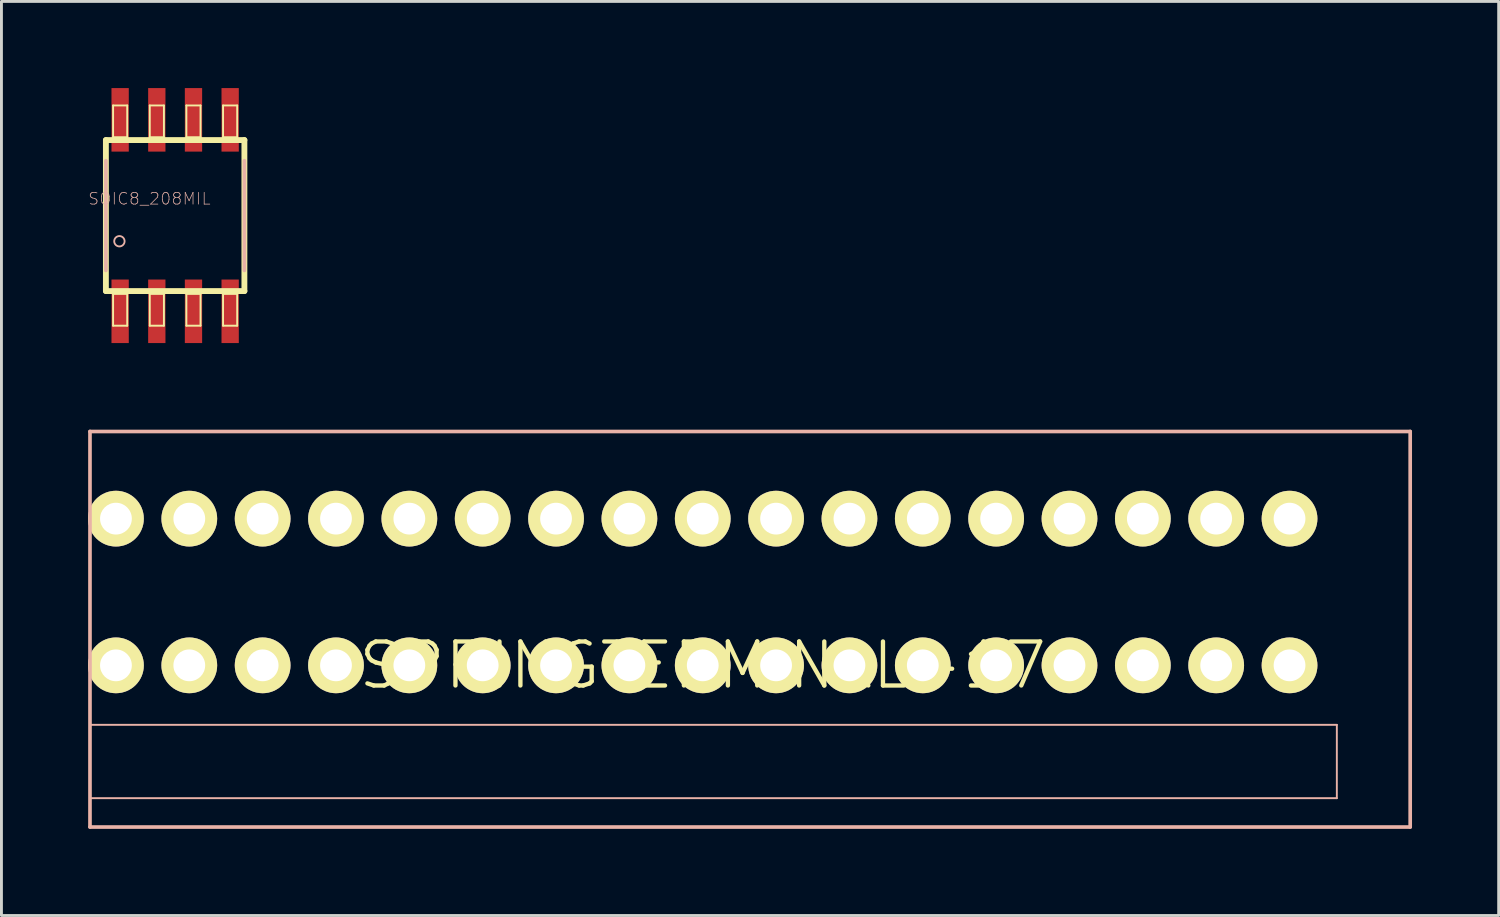
<source format=kicad_pcb>
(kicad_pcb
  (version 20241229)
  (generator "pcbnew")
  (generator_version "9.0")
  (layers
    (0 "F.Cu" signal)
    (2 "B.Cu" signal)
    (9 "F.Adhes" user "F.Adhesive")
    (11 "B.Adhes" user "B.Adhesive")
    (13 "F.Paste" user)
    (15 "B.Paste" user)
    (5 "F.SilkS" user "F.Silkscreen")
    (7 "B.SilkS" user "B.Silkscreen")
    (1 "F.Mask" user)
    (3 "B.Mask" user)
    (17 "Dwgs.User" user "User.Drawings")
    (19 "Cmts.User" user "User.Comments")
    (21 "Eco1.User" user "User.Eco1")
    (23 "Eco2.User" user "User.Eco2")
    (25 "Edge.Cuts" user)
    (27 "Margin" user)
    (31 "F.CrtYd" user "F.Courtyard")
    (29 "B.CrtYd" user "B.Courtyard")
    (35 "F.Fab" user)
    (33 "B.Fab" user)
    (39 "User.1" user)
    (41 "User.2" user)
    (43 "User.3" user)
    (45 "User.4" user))
  (footprint "SOIC8_208MIL"
    (layer "F.Cu")
    (at 3.015 4.415)
    (property "Reference" "SOIC8_208MIL" (at -0.889 -0.584 0) (layer "B.SilkS") (effects (font (size 0.406 0.406) (thickness 0.025))))
    (attr smd)
    (fp_line (start -2.398 -2.614) (end 2.398 -2.614) (stroke (width 0.203) (type solid)) (layer "F.SilkS"))
    (fp_line (start -2.398 2.614) (end -2.398 -2.614) (stroke (width 0.203) (type solid)) (layer "F.SilkS"))
    (fp_line (start -2.149 -3.813) (end -1.659 -3.813) (stroke (width 0.066) (type solid)) (layer "F.SilkS"))
    (fp_line (start -2.149 -2.713) (end -2.149 -3.813) (stroke (width 0.066) (type solid)) (layer "F.SilkS"))
    (fp_line (start -2.149 -2.713) (end -1.659 -2.713) (stroke (width 0.066) (type solid)) (layer "F.SilkS"))
    (fp_line (start -2.149 2.713) (end -1.659 2.713) (stroke (width 0.066) (type solid)) (layer "F.SilkS"))
    (fp_line (start -2.149 3.813) (end -2.149 2.713) (stroke (width 0.066) (type solid)) (layer "F.SilkS"))
    (fp_line (start -2.149 3.813) (end -1.659 3.813) (stroke (width 0.066) (type solid)) (layer "F.SilkS"))
    (fp_line (start -1.659 -2.713) (end -1.659 -3.813) (stroke (width 0.066) (type solid)) (layer "F.SilkS"))
    (fp_line (start -1.659 3.813) (end -1.659 2.713) (stroke (width 0.066) (type solid)) (layer "F.SilkS"))
    (fp_line (start -0.879 -3.813) (end -0.389 -3.813) (stroke (width 0.066) (type solid)) (layer "F.SilkS"))
    (fp_line (start -0.879 -2.713) (end -0.879 -3.813) (stroke (width 0.066) (type solid)) (layer "F.SilkS"))
    (fp_line (start -0.879 -2.713) (end -0.389 -2.713) (stroke (width 0.066) (type solid)) (layer "F.SilkS"))
    (fp_line (start -0.879 2.713) (end -0.389 2.713) (stroke (width 0.066) (type solid)) (layer "F.SilkS"))
    (fp_line (start -0.879 3.813) (end -0.879 2.713) (stroke (width 0.066) (type solid)) (layer "F.SilkS"))
    (fp_line (start -0.879 3.813) (end -0.389 3.813) (stroke (width 0.066) (type solid)) (layer "F.SilkS"))
    (fp_line (start -0.389 -2.713) (end -0.389 -3.813) (stroke (width 0.066) (type solid)) (layer "F.SilkS"))
    (fp_line (start -0.389 3.813) (end -0.389 2.713) (stroke (width 0.066) (type solid)) (layer "F.SilkS"))
    (fp_line (start 0.389 -3.813) (end 0.879 -3.813) (stroke (width 0.066) (type solid)) (layer "F.SilkS"))
    (fp_line (start 0.389 -2.713) (end 0.389 -3.813) (stroke (width 0.066) (type solid)) (layer "F.SilkS"))
    (fp_line (start 0.389 -2.713) (end 0.879 -2.713) (stroke (width 0.066) (type solid)) (layer "F.SilkS"))
    (fp_line (start 0.389 2.713) (end 0.879 2.713) (stroke (width 0.066) (type solid)) (layer "F.SilkS"))
    (fp_line (start 0.389 3.813) (end 0.389 2.713) (stroke (width 0.066) (type solid)) (layer "F.SilkS"))
    (fp_line (start 0.389 3.813) (end 0.879 3.813) (stroke (width 0.066) (type solid)) (layer "F.SilkS"))
    (fp_line (start 0.879 -2.713) (end 0.879 -3.813) (stroke (width 0.066) (type solid)) (layer "F.SilkS"))
    (fp_line (start 0.879 3.813) (end 0.879 2.713) (stroke (width 0.066) (type solid)) (layer "F.SilkS"))
    (fp_line (start 1.659 -3.813) (end 2.149 -3.813) (stroke (width 0.066) (type solid)) (layer "F.SilkS"))
    (fp_line (start 1.659 -2.713) (end 1.659 -3.813) (stroke (width 0.066) (type solid)) (layer "F.SilkS"))
    (fp_line (start 1.659 -2.713) (end 2.149 -2.713) (stroke (width 0.066) (type solid)) (layer "F.SilkS"))
    (fp_line (start 1.659 2.713) (end 2.149 2.713) (stroke (width 0.066) (type solid)) (layer "F.SilkS"))
    (fp_line (start 1.659 3.813) (end 1.659 2.713) (stroke (width 0.066) (type solid)) (layer "F.SilkS"))
    (fp_line (start 1.659 3.813) (end 2.149 3.813) (stroke (width 0.066) (type solid)) (layer "F.SilkS"))
    (fp_line (start 2.149 -2.713) (end 2.149 -3.813) (stroke (width 0.066) (type solid)) (layer "F.SilkS"))
    (fp_line (start 2.149 3.813) (end 2.149 2.713) (stroke (width 0.066) (type solid)) (layer "F.SilkS"))
    (fp_line (start 2.398 -2.614) (end 2.398 2.614) (stroke (width 0.203) (type solid)) (layer "F.SilkS"))
    (fp_line (start 2.398 2.614) (end -2.398 2.614) (stroke (width 0.203) (type solid)) (layer "F.SilkS"))
    (fp_line (start -2.398 1.9) (end -2.398 -1.9) (stroke (width 0.127) (type solid)) (layer "B.SilkS"))
    (fp_line (start 2.398 -1.9) (end 2.398 1.9) (stroke (width 0.127) (type solid)) (layer "B.SilkS"))
    (fp_circle (center -1.93 0.889) (end -2.057 1.016) (stroke (width 0.064) (type solid)) (fill no) (layer "B.SilkS"))
    (pad "1" smd rect (at -1.905 3.315) (size 0.599 2.2) (layers "F.Cu" "F.Mask" "F.Paste"))
    (pad "2" smd rect (at -0.635 3.315) (size 0.599 2.2) (layers "F.Cu" "F.Mask" "F.Paste"))
    (pad "3" smd rect (at 0.635 3.315) (size 0.599 2.2) (layers "F.Cu" "F.Mask" "F.Paste"))
    (pad "4" smd rect (at 1.905 3.315) (size 0.599 2.2) (layers "F.Cu" "F.Mask" "F.Paste"))
    (pad "5" smd rect (at 1.905 -3.315) (size 0.599 2.2) (layers "F.Cu" "F.Mask" "F.Paste"))
    (pad "6" smd rect (at 0.635 -3.315) (size 0.599 2.2) (layers "F.Cu" "F.Mask" "F.Paste"))
    (pad "7" smd rect (at -0.635 -3.315) (size 0.599 2.2) (layers "F.Cu" "F.Mask" "F.Paste"))
    (pad "8" smd rect (at -1.905 -3.315) (size 0.599 2.2) (layers "F.Cu" "F.Mask" "F.Paste")))
  (footprint "SPRINGTERMINAL-17"
    (layer "F.Cu")
    (at 21.285 19.99)
    (property "Reference" "SPRINGTERMINAL-17" (at 0 0 0) (layer "F.SilkS") (effects (font (size 1.524 1.524) (thickness 0.15))))
    (attr exclude_from_pos_files exclude_from_bom)
    (fp_line (start -21.219 -8.098) (end 24.498 -8.098) (stroke (width 0.127) (type solid)) (layer "B.SilkS"))
    (fp_line (start -21.219 2.06) (end 21.958 2.06) (stroke (width 0.066) (type solid)) (layer "B.SilkS"))
    (fp_line (start -21.219 4.6) (end -21.219 2.06) (stroke (width 0.066) (type solid)) (layer "B.SilkS"))
    (fp_line (start -21.219 4.6) (end 21.958 4.6) (stroke (width 0.066) (type solid)) (layer "B.SilkS"))
    (fp_line (start -21.219 5.598) (end -21.219 -8.098) (stroke (width 0.127) (type solid)) (layer "B.SilkS"))
    (fp_line (start 21.958 4.6) (end 21.958 2.06) (stroke (width 0.066) (type solid)) (layer "B.SilkS"))
    (fp_line (start 24.498 -8.098) (end 24.498 5.598) (stroke (width 0.127) (type solid)) (layer "B.SilkS"))
    (fp_line (start 24.498 5.598) (end -21.219 5.598) (stroke (width 0.127) (type solid)) (layer "B.SilkS"))
    (pad "1" thru_hole circle (at -20.32 -5.08) (size 1.93 1.93) (drill 1.1) (layers "*.Cu" "F.Mask" "F.SilkS" "F.Paste"))
    (pad "1'" thru_hole circle (at -20.32 0) (size 1.93 1.93) (drill 1.1) (layers "*.Cu" "F.Mask" "F.SilkS" "F.Paste"))
    (pad "2" thru_hole circle (at -17.78 -5.08) (size 1.93 1.93) (drill 1.1) (layers "*.Cu" "F.Mask" "F.SilkS" "F.Paste"))
    (pad "2'" thru_hole circle (at -17.78 0) (size 1.93 1.93) (drill 1.1) (layers "*.Cu" "F.Mask" "F.SilkS" "F.Paste"))
    (pad "3" thru_hole circle (at -15.24 -5.08) (size 1.93 1.93) (drill 1.1) (layers "*.Cu" "F.Mask" "F.SilkS" "F.Paste"))
    (pad "3'" thru_hole circle (at -15.24 0) (size 1.93 1.93) (drill 1.1) (layers "*.Cu" "F.Mask" "F.SilkS" "F.Paste"))
    (pad "4" thru_hole circle (at -12.7 -5.08) (size 1.93 1.93) (drill 1.1) (layers "*.Cu" "F.Mask" "F.SilkS" "F.Paste"))
    (pad "4'" thru_hole circle (at -12.7 0) (size 1.93 1.93) (drill 1.1) (layers "*.Cu" "F.Mask" "F.SilkS" "F.Paste"))
    (pad "5" thru_hole circle (at -10.16 -5.08) (size 1.93 1.93) (drill 1.1) (layers "*.Cu" "F.Mask" "F.SilkS" "F.Paste"))
    (pad "5'" thru_hole circle (at -10.16 0) (size 1.93 1.93) (drill 1.1) (layers "*.Cu" "F.Mask" "F.SilkS" "F.Paste"))
    (pad "6" thru_hole circle (at -7.62 -5.08) (size 1.93 1.93) (drill 1.1) (layers "*.Cu" "F.Mask" "F.SilkS" "F.Paste"))
    (pad "6'" thru_hole circle (at -7.62 0) (size 1.93 1.93) (drill 1.1) (layers "*.Cu" "F.Mask" "F.SilkS" "F.Paste"))
    (pad "7" thru_hole circle (at -5.08 -5.08) (size 1.93 1.93) (drill 1.1) (layers "*.Cu" "F.Mask" "F.SilkS" "F.Paste"))
    (pad "7'" thru_hole circle (at -5.08 0) (size 1.93 1.93) (drill 1.1) (layers "*.Cu" "F.Mask" "F.SilkS" "F.Paste"))
    (pad "8" thru_hole circle (at -2.54 -5.08) (size 1.93 1.93) (drill 1.1) (layers "*.Cu" "F.Mask" "F.SilkS" "F.Paste"))
    (pad "8'" thru_hole circle (at -2.54 0) (size 1.93 1.93) (drill 1.1) (layers "*.Cu" "F.Mask" "F.SilkS" "F.Paste"))
    (pad "9" thru_hole circle (at 0 -5.08) (size 1.93 1.93) (drill 1.1) (layers "*.Cu" "F.Mask" "F.SilkS" "F.Paste"))
    (pad "9'" thru_hole circle (at 0 0) (size 1.93 1.93) (drill 1.1) (layers "*.Cu" "F.Mask" "F.SilkS" "F.Paste"))
    (pad "10" thru_hole circle (at 2.54 -5.08) (size 1.93 1.93) (drill 1.1) (layers "*.Cu" "F.Mask" "F.SilkS" "F.Paste"))
    (pad "10'" thru_hole circle (at 2.54 0) (size 1.93 1.93) (drill 1.1) (layers "*.Cu" "F.Mask" "F.SilkS" "F.Paste"))
    (pad "11" thru_hole circle (at 5.08 -5.08) (size 1.93 1.93) (drill 1.1) (layers "*.Cu" "F.Mask" "F.SilkS" "F.Paste"))
    (pad "11'" thru_hole circle (at 5.08 0) (size 1.93 1.93) (drill 1.1) (layers "*.Cu" "F.Mask" "F.SilkS" "F.Paste"))
    (pad "12" thru_hole circle (at 7.62 -5.08) (size 1.93 1.93) (drill 1.1) (layers "*.Cu" "F.Mask" "F.SilkS" "F.Paste"))
    (pad "12'" thru_hole circle (at 7.62 0) (size 1.93 1.93) (drill 1.1) (layers "*.Cu" "F.Mask" "F.SilkS" "F.Paste"))
    (pad "13" thru_hole circle (at 10.16 -5.08) (size 1.93 1.93) (drill 1.1) (layers "*.Cu" "F.Mask" "F.SilkS" "F.Paste"))
    (pad "13'" thru_hole circle (at 10.16 0) (size 1.93 1.93) (drill 1.1) (layers "*.Cu" "F.Mask" "F.SilkS" "F.Paste"))
    (pad "14" thru_hole circle (at 12.7 -5.08) (size 1.93 1.93) (drill 1.1) (layers "*.Cu" "F.Mask" "F.SilkS" "F.Paste"))
    (pad "14'" thru_hole circle (at 12.7 0) (size 1.93 1.93) (drill 1.1) (layers "*.Cu" "F.Mask" "F.SilkS" "F.Paste"))
    (pad "15" thru_hole circle (at 15.24 -5.08) (size 1.93 1.93) (drill 1.1) (layers "*.Cu" "F.Mask" "F.SilkS" "F.Paste"))
    (pad "15'" thru_hole circle (at 15.24 0) (size 1.93 1.93) (drill 1.1) (layers "*.Cu" "F.Mask" "F.SilkS" "F.Paste"))
    (pad "16" thru_hole circle (at 17.78 -5.08) (size 1.93 1.93) (drill 1.1) (layers "*.Cu" "F.Mask" "F.SilkS" "F.Paste"))
    (pad "16'" thru_hole circle (at 17.78 0) (size 1.93 1.93) (drill 1.1) (layers "*.Cu" "F.Mask" "F.SilkS" "F.Paste"))
    (pad "17" thru_hole circle (at 20.32 -5.08) (size 1.93 1.93) (drill 1.1) (layers "*.Cu" "F.Mask" "F.SilkS" "F.Paste"))
    (pad "17'" thru_hole circle (at 20.32 0) (size 1.93 1.93) (drill 1.1) (layers "*.Cu" "F.Mask" "F.SilkS" "F.Paste")))
  (gr_rect
    (start -3 -3)
    (end 48.847 28.652)
    (stroke (width 0.1) (type default))
    (fill no)
    (layer "Edge.Cuts")))
</source>
